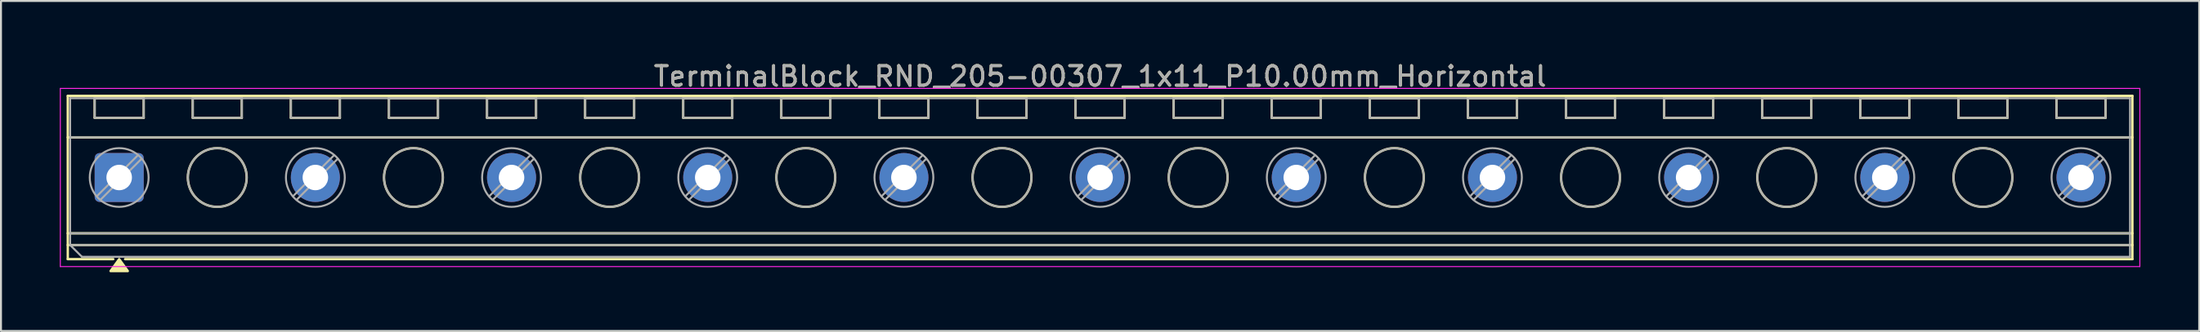
<source format=kicad_pcb>
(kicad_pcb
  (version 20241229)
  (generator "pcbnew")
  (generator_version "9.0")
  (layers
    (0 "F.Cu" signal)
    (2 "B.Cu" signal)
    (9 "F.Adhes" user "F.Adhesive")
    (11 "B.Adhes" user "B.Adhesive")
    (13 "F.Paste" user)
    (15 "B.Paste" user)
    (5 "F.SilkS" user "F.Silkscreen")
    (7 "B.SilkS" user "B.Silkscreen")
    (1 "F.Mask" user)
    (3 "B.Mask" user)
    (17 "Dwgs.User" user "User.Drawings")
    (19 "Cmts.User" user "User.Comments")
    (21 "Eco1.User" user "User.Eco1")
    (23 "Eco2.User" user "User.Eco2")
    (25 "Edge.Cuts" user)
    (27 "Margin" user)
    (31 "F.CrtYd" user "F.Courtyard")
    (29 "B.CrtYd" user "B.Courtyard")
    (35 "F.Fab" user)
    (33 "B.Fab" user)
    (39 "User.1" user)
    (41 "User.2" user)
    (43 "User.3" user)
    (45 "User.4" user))
  (footprint "TerminalBlock_RND_205-00307_1x11_P10.00mm_Horizontal"
    (layer "F.Cu")
    (at 3.025 6.018)
    (property "Reference" "TerminalBlock_RND_205-00307_1x11_P10.00mm_Horizontal" (at 50 -5.17 0) (layer "F.SilkS") (effects (font (size 1 1) (thickness 0.15))))
    (attr through_hole)
    (fp_line (start -2.62 -4.17) (end 102.62 -4.17) (stroke (width 0.12) (type solid)) (layer "F.SilkS"))
    (fp_line (start -2.62 -2.05) (end 102.62 -2.05) (stroke (width 0.12) (type solid)) (layer "F.SilkS"))
    (fp_line (start -2.62 2.85) (end 102.62 2.85) (stroke (width 0.12) (type solid)) (layer "F.SilkS"))
    (fp_line (start -2.62 3.45) (end 102.62 3.45) (stroke (width 0.12) (type solid)) (layer "F.SilkS"))
    (fp_line (start -2.62 4.17) (end -2.62 -4.17) (stroke (width 0.12) (type solid)) (layer "F.SilkS"))
    (fp_line (start -1.25 -4.05) (end 1.25 -4.05) (stroke (width 0.12) (type solid)) (layer "F.SilkS"))
    (fp_line (start -1.25 -3.05) (end -1.25 -4.05) (stroke (width 0.12) (type solid)) (layer "F.SilkS"))
    (fp_line (start -0.3 4.17) (end -2.62 4.17) (stroke (width 0.12) (type solid)) (layer "F.SilkS"))
    (fp_line (start 1.25 -4.05) (end 1.25 -3.05) (stroke (width 0.12) (type solid)) (layer "F.SilkS"))
    (fp_line (start 1.25 -3.05) (end -1.25 -3.05) (stroke (width 0.12) (type solid)) (layer "F.SilkS"))
    (fp_line (start 3.75 -4.05) (end 6.25 -4.05) (stroke (width 0.12) (type solid)) (layer "F.SilkS"))
    (fp_line (start 3.75 -3.05) (end 3.75 -4.05) (stroke (width 0.12) (type solid)) (layer "F.SilkS"))
    (fp_line (start 6.25 -4.05) (end 6.25 -3.05) (stroke (width 0.12) (type solid)) (layer "F.SilkS"))
    (fp_line (start 6.25 -3.05) (end 3.75 -3.05) (stroke (width 0.12) (type solid)) (layer "F.SilkS"))
    (fp_line (start 8.75 -4.05) (end 11.25 -4.05) (stroke (width 0.12) (type solid)) (layer "F.SilkS"))
    (fp_line (start 8.75 -3.05) (end 8.75 -4.05) (stroke (width 0.12) (type solid)) (layer "F.SilkS"))
    (fp_line (start 11.25 -4.05) (end 11.25 -3.05) (stroke (width 0.12) (type solid)) (layer "F.SilkS"))
    (fp_line (start 11.25 -3.05) (end 8.75 -3.05) (stroke (width 0.12) (type solid)) (layer "F.SilkS"))
    (fp_line (start 13.75 -4.05) (end 16.25 -4.05) (stroke (width 0.12) (type solid)) (layer "F.SilkS"))
    (fp_line (start 13.75 -3.05) (end 13.75 -4.05) (stroke (width 0.12) (type solid)) (layer "F.SilkS"))
    (fp_line (start 16.25 -4.05) (end 16.25 -3.05) (stroke (width 0.12) (type solid)) (layer "F.SilkS"))
    (fp_line (start 16.25 -3.05) (end 13.75 -3.05) (stroke (width 0.12) (type solid)) (layer "F.SilkS"))
    (fp_line (start 18.75 -4.05) (end 21.25 -4.05) (stroke (width 0.12) (type solid)) (layer "F.SilkS"))
    (fp_line (start 18.75 -3.05) (end 18.75 -4.05) (stroke (width 0.12) (type solid)) (layer "F.SilkS"))
    (fp_line (start 21.25 -4.05) (end 21.25 -3.05) (stroke (width 0.12) (type solid)) (layer "F.SilkS"))
    (fp_line (start 21.25 -3.05) (end 18.75 -3.05) (stroke (width 0.12) (type solid)) (layer "F.SilkS"))
    (fp_line (start 23.75 -4.05) (end 26.25 -4.05) (stroke (width 0.12) (type solid)) (layer "F.SilkS"))
    (fp_line (start 23.75 -3.05) (end 23.75 -4.05) (stroke (width 0.12) (type solid)) (layer "F.SilkS"))
    (fp_line (start 26.25 -4.05) (end 26.25 -3.05) (stroke (width 0.12) (type solid)) (layer "F.SilkS"))
    (fp_line (start 26.25 -3.05) (end 23.75 -3.05) (stroke (width 0.12) (type solid)) (layer "F.SilkS"))
    (fp_line (start 28.75 -4.05) (end 31.25 -4.05) (stroke (width 0.12) (type solid)) (layer "F.SilkS"))
    (fp_line (start 28.75 -3.05) (end 28.75 -4.05) (stroke (width 0.12) (type solid)) (layer "F.SilkS"))
    (fp_line (start 31.25 -4.05) (end 31.25 -3.05) (stroke (width 0.12) (type solid)) (layer "F.SilkS"))
    (fp_line (start 31.25 -3.05) (end 28.75 -3.05) (stroke (width 0.12) (type solid)) (layer "F.SilkS"))
    (fp_line (start 33.75 -4.05) (end 36.25 -4.05) (stroke (width 0.12) (type solid)) (layer "F.SilkS"))
    (fp_line (start 33.75 -3.05) (end 33.75 -4.05) (stroke (width 0.12) (type solid)) (layer "F.SilkS"))
    (fp_line (start 36.25 -4.05) (end 36.25 -3.05) (stroke (width 0.12) (type solid)) (layer "F.SilkS"))
    (fp_line (start 36.25 -3.05) (end 33.75 -3.05) (stroke (width 0.12) (type solid)) (layer "F.SilkS"))
    (fp_line (start 38.75 -4.05) (end 41.25 -4.05) (stroke (width 0.12) (type solid)) (layer "F.SilkS"))
    (fp_line (start 38.75 -3.05) (end 38.75 -4.05) (stroke (width 0.12) (type solid)) (layer "F.SilkS"))
    (fp_line (start 41.25 -4.05) (end 41.25 -3.05) (stroke (width 0.12) (type solid)) (layer "F.SilkS"))
    (fp_line (start 41.25 -3.05) (end 38.75 -3.05) (stroke (width 0.12) (type solid)) (layer "F.SilkS"))
    (fp_line (start 43.75 -4.05) (end 46.25 -4.05) (stroke (width 0.12) (type solid)) (layer "F.SilkS"))
    (fp_line (start 43.75 -3.05) (end 43.75 -4.05) (stroke (width 0.12) (type solid)) (layer "F.SilkS"))
    (fp_line (start 46.25 -4.05) (end 46.25 -3.05) (stroke (width 0.12) (type solid)) (layer "F.SilkS"))
    (fp_line (start 46.25 -3.05) (end 43.75 -3.05) (stroke (width 0.12) (type solid)) (layer "F.SilkS"))
    (fp_line (start 48.75 -4.05) (end 51.25 -4.05) (stroke (width 0.12) (type solid)) (layer "F.SilkS"))
    (fp_line (start 48.75 -3.05) (end 48.75 -4.05) (stroke (width 0.12) (type solid)) (layer "F.SilkS"))
    (fp_line (start 51.25 -4.05) (end 51.25 -3.05) (stroke (width 0.12) (type solid)) (layer "F.SilkS"))
    (fp_line (start 51.25 -3.05) (end 48.75 -3.05) (stroke (width 0.12) (type solid)) (layer "F.SilkS"))
    (fp_line (start 53.75 -4.05) (end 56.25 -4.05) (stroke (width 0.12) (type solid)) (layer "F.SilkS"))
    (fp_line (start 53.75 -3.05) (end 53.75 -4.05) (stroke (width 0.12) (type solid)) (layer "F.SilkS"))
    (fp_line (start 56.25 -4.05) (end 56.25 -3.05) (stroke (width 0.12) (type solid)) (layer "F.SilkS"))
    (fp_line (start 56.25 -3.05) (end 53.75 -3.05) (stroke (width 0.12) (type solid)) (layer "F.SilkS"))
    (fp_line (start 58.75 -4.05) (end 61.25 -4.05) (stroke (width 0.12) (type solid)) (layer "F.SilkS"))
    (fp_line (start 58.75 -3.05) (end 58.75 -4.05) (stroke (width 0.12) (type solid)) (layer "F.SilkS"))
    (fp_line (start 61.25 -4.05) (end 61.25 -3.05) (stroke (width 0.12) (type solid)) (layer "F.SilkS"))
    (fp_line (start 61.25 -3.05) (end 58.75 -3.05) (stroke (width 0.12) (type solid)) (layer "F.SilkS"))
    (fp_line (start 63.75 -4.05) (end 66.25 -4.05) (stroke (width 0.12) (type solid)) (layer "F.SilkS"))
    (fp_line (start 63.75 -3.05) (end 63.75 -4.05) (stroke (width 0.12) (type solid)) (layer "F.SilkS"))
    (fp_line (start 66.25 -4.05) (end 66.25 -3.05) (stroke (width 0.12) (type solid)) (layer "F.SilkS"))
    (fp_line (start 66.25 -3.05) (end 63.75 -3.05) (stroke (width 0.12) (type solid)) (layer "F.SilkS"))
    (fp_line (start 68.75 -4.05) (end 71.25 -4.05) (stroke (width 0.12) (type solid)) (layer "F.SilkS"))
    (fp_line (start 68.75 -3.05) (end 68.75 -4.05) (stroke (width 0.12) (type solid)) (layer "F.SilkS"))
    (fp_line (start 71.25 -4.05) (end 71.25 -3.05) (stroke (width 0.12) (type solid)) (layer "F.SilkS"))
    (fp_line (start 71.25 -3.05) (end 68.75 -3.05) (stroke (width 0.12) (type solid)) (layer "F.SilkS"))
    (fp_line (start 73.75 -4.05) (end 76.25 -4.05) (stroke (width 0.12) (type solid)) (layer "F.SilkS"))
    (fp_line (start 73.75 -3.05) (end 73.75 -4.05) (stroke (width 0.12) (type solid)) (layer "F.SilkS"))
    (fp_line (start 76.25 -4.05) (end 76.25 -3.05) (stroke (width 0.12) (type solid)) (layer "F.SilkS"))
    (fp_line (start 76.25 -3.05) (end 73.75 -3.05) (stroke (width 0.12) (type solid)) (layer "F.SilkS"))
    (fp_line (start 78.75 -4.05) (end 81.25 -4.05) (stroke (width 0.12) (type solid)) (layer "F.SilkS"))
    (fp_line (start 78.75 -3.05) (end 78.75 -4.05) (stroke (width 0.12) (type solid)) (layer "F.SilkS"))
    (fp_line (start 81.25 -4.05) (end 81.25 -3.05) (stroke (width 0.12) (type solid)) (layer "F.SilkS"))
    (fp_line (start 81.25 -3.05) (end 78.75 -3.05) (stroke (width 0.12) (type solid)) (layer "F.SilkS"))
    (fp_line (start 83.75 -4.05) (end 86.25 -4.05) (stroke (width 0.12) (type solid)) (layer "F.SilkS"))
    (fp_line (start 83.75 -3.05) (end 83.75 -4.05) (stroke (width 0.12) (type solid)) (layer "F.SilkS"))
    (fp_line (start 86.25 -4.05) (end 86.25 -3.05) (stroke (width 0.12) (type solid)) (layer "F.SilkS"))
    (fp_line (start 86.25 -3.05) (end 83.75 -3.05) (stroke (width 0.12) (type solid)) (layer "F.SilkS"))
    (fp_line (start 88.75 -4.05) (end 91.25 -4.05) (stroke (width 0.12) (type solid)) (layer "F.SilkS"))
    (fp_line (start 88.75 -3.05) (end 88.75 -4.05) (stroke (width 0.12) (type solid)) (layer "F.SilkS"))
    (fp_line (start 91.25 -4.05) (end 91.25 -3.05) (stroke (width 0.12) (type solid)) (layer "F.SilkS"))
    (fp_line (start 91.25 -3.05) (end 88.75 -3.05) (stroke (width 0.12) (type solid)) (layer "F.SilkS"))
    (fp_line (start 93.75 -4.05) (end 96.25 -4.05) (stroke (width 0.12) (type solid)) (layer "F.SilkS"))
    (fp_line (start 93.75 -3.05) (end 93.75 -4.05) (stroke (width 0.12) (type solid)) (layer "F.SilkS"))
    (fp_line (start 96.25 -4.05) (end 96.25 -3.05) (stroke (width 0.12) (type solid)) (layer "F.SilkS"))
    (fp_line (start 96.25 -3.05) (end 93.75 -3.05) (stroke (width 0.12) (type solid)) (layer "F.SilkS"))
    (fp_line (start 98.75 -4.05) (end 101.25 -4.05) (stroke (width 0.12) (type solid)) (layer "F.SilkS"))
    (fp_line (start 98.75 -3.05) (end 98.75 -4.05) (stroke (width 0.12) (type solid)) (layer "F.SilkS"))
    (fp_line (start 101.25 -4.05) (end 101.25 -3.05) (stroke (width 0.12) (type solid)) (layer "F.SilkS"))
    (fp_line (start 101.25 -3.05) (end 98.75 -3.05) (stroke (width 0.12) (type solid)) (layer "F.SilkS"))
    (fp_line (start 102.62 -4.17) (end 102.62 4.17) (stroke (width 0.12) (type solid)) (layer "F.SilkS"))
    (fp_line (start 102.62 4.17) (end 0.3 4.17) (stroke (width 0.12) (type solid)) (layer "F.SilkS"))
    (fp_circle (center 5 0) (end 6.5 0) (stroke (width 0.12) (type solid)) (fill no) (layer "F.SilkS"))
    (fp_circle (center 15 0) (end 16.5 0) (stroke (width 0.12) (type solid)) (fill no) (layer "F.SilkS"))
    (fp_circle (center 25 0) (end 26.5 0) (stroke (width 0.12) (type solid)) (fill no) (layer "F.SilkS"))
    (fp_circle (center 35 0) (end 36.5 0) (stroke (width 0.12) (type solid)) (fill no) (layer "F.SilkS"))
    (fp_circle (center 45 0) (end 46.5 0) (stroke (width 0.12) (type solid)) (fill no) (layer "F.SilkS"))
    (fp_circle (center 55 0) (end 56.5 0) (stroke (width 0.12) (type solid)) (fill no) (layer "F.SilkS"))
    (fp_circle (center 65 0) (end 66.5 0) (stroke (width 0.12) (type solid)) (fill no) (layer "F.SilkS"))
    (fp_circle (center 75 0) (end 76.5 0) (stroke (width 0.12) (type solid)) (fill no) (layer "F.SilkS"))
    (fp_circle (center 85 0) (end 86.5 0) (stroke (width 0.12) (type solid)) (fill no) (layer "F.SilkS"))
    (fp_circle (center 95 0) (end 96.5 0) (stroke (width 0.12) (type solid)) (fill no) (layer "F.SilkS"))
    (fp_poly (pts (xy 0 4.17) (xy 0.44 4.78) (xy -0.44 4.78)) (stroke (width 0.12) (type solid)) (fill yes) (layer "F.SilkS"))
    (fp_line (start -3 -4.55) (end -3 4.55) (stroke (width 0.05) (type solid)) (layer "F.CrtYd"))
    (fp_line (start -3 4.55) (end 103 4.55) (stroke (width 0.05) (type solid)) (layer "F.CrtYd"))
    (fp_line (start 103 -4.55) (end -3 -4.55) (stroke (width 0.05) (type solid)) (layer "F.CrtYd"))
    (fp_line (start 103 4.55) (end 103 -4.55) (stroke (width 0.05) (type solid)) (layer "F.CrtYd"))
    (fp_line (start -2.5 -4.05) (end 102.5 -4.05) (stroke (width 0.1) (type solid)) (layer "F.Fab"))
    (fp_line (start -2.5 -2.05) (end 102.5 -2.05) (stroke (width 0.1) (type solid)) (layer "F.Fab"))
    (fp_line (start -2.5 2.85) (end 102.5 2.85) (stroke (width 0.1) (type solid)) (layer "F.Fab"))
    (fp_line (start -2.5 3.45) (end -2.5 -4.05) (stroke (width 0.1) (type solid)) (layer "F.Fab"))
    (fp_line (start -2.5 3.45) (end 102.5 3.45) (stroke (width 0.1) (type solid)) (layer "F.Fab"))
    (fp_line (start -1.9 4.05) (end -2.5 3.45) (stroke (width 0.1) (type solid)) (layer "F.Fab"))
    (fp_line (start -1.25 -4.05) (end -1.25 -3.05) (stroke (width 0.1) (type solid)) (layer "F.Fab"))
    (fp_line (start -1.25 -3.05) (end 1.25 -3.05) (stroke (width 0.1) (type solid)) (layer "F.Fab"))
    (fp_line (start 0.955 -1.138) (end -1.138 0.955) (stroke (width 0.1) (type solid)) (layer "F.Fab"))
    (fp_line (start 1.138 -0.955) (end -0.955 1.138) (stroke (width 0.1) (type solid)) (layer "F.Fab"))
    (fp_line (start 1.25 -4.05) (end -1.25 -4.05) (stroke (width 0.1) (type solid)) (layer "F.Fab"))
    (fp_line (start 1.25 -3.05) (end 1.25 -4.05) (stroke (width 0.1) (type solid)) (layer "F.Fab"))
    (fp_line (start 3.75 -4.05) (end 3.75 -3.05) (stroke (width 0.1) (type solid)) (layer "F.Fab"))
    (fp_line (start 3.75 -3.05) (end 6.25 -3.05) (stroke (width 0.1) (type solid)) (layer "F.Fab"))
    (fp_line (start 6.25 -4.05) (end 3.75 -4.05) (stroke (width 0.1) (type solid)) (layer "F.Fab"))
    (fp_line (start 6.25 -3.05) (end 6.25 -4.05) (stroke (width 0.1) (type solid)) (layer "F.Fab"))
    (fp_line (start 8.75 -4.05) (end 8.75 -3.05) (stroke (width 0.1) (type solid)) (layer "F.Fab"))
    (fp_line (start 8.75 -3.05) (end 11.25 -3.05) (stroke (width 0.1) (type solid)) (layer "F.Fab"))
    (fp_line (start 10.955 -1.138) (end 8.862 0.955) (stroke (width 0.1) (type solid)) (layer "F.Fab"))
    (fp_line (start 11.138 -0.955) (end 9.045 1.138) (stroke (width 0.1) (type solid)) (layer "F.Fab"))
    (fp_line (start 11.25 -4.05) (end 8.75 -4.05) (stroke (width 0.1) (type solid)) (layer "F.Fab"))
    (fp_line (start 11.25 -3.05) (end 11.25 -4.05) (stroke (width 0.1) (type solid)) (layer "F.Fab"))
    (fp_line (start 13.75 -4.05) (end 13.75 -3.05) (stroke (width 0.1) (type solid)) (layer "F.Fab"))
    (fp_line (start 13.75 -3.05) (end 16.25 -3.05) (stroke (width 0.1) (type solid)) (layer "F.Fab"))
    (fp_line (start 16.25 -4.05) (end 13.75 -4.05) (stroke (width 0.1) (type solid)) (layer "F.Fab"))
    (fp_line (start 16.25 -3.05) (end 16.25 -4.05) (stroke (width 0.1) (type solid)) (layer "F.Fab"))
    (fp_line (start 18.75 -4.05) (end 18.75 -3.05) (stroke (width 0.1) (type solid)) (layer "F.Fab"))
    (fp_line (start 18.75 -3.05) (end 21.25 -3.05) (stroke (width 0.1) (type solid)) (layer "F.Fab"))
    (fp_line (start 20.955 -1.138) (end 18.862 0.955) (stroke (width 0.1) (type solid)) (layer "F.Fab"))
    (fp_line (start 21.138 -0.955) (end 19.045 1.138) (stroke (width 0.1) (type solid)) (layer "F.Fab"))
    (fp_line (start 21.25 -4.05) (end 18.75 -4.05) (stroke (width 0.1) (type solid)) (layer "F.Fab"))
    (fp_line (start 21.25 -3.05) (end 21.25 -4.05) (stroke (width 0.1) (type solid)) (layer "F.Fab"))
    (fp_line (start 23.75 -4.05) (end 23.75 -3.05) (stroke (width 0.1) (type solid)) (layer "F.Fab"))
    (fp_line (start 23.75 -3.05) (end 26.25 -3.05) (stroke (width 0.1) (type solid)) (layer "F.Fab"))
    (fp_line (start 26.25 -4.05) (end 23.75 -4.05) (stroke (width 0.1) (type solid)) (layer "F.Fab"))
    (fp_line (start 26.25 -3.05) (end 26.25 -4.05) (stroke (width 0.1) (type solid)) (layer "F.Fab"))
    (fp_line (start 28.75 -4.05) (end 28.75 -3.05) (stroke (width 0.1) (type solid)) (layer "F.Fab"))
    (fp_line (start 28.75 -3.05) (end 31.25 -3.05) (stroke (width 0.1) (type solid)) (layer "F.Fab"))
    (fp_line (start 30.955 -1.138) (end 28.862 0.955) (stroke (width 0.1) (type solid)) (layer "F.Fab"))
    (fp_line (start 31.138 -0.955) (end 29.045 1.138) (stroke (width 0.1) (type solid)) (layer "F.Fab"))
    (fp_line (start 31.25 -4.05) (end 28.75 -4.05) (stroke (width 0.1) (type solid)) (layer "F.Fab"))
    (fp_line (start 31.25 -3.05) (end 31.25 -4.05) (stroke (width 0.1) (type solid)) (layer "F.Fab"))
    (fp_line (start 33.75 -4.05) (end 33.75 -3.05) (stroke (width 0.1) (type solid)) (layer "F.Fab"))
    (fp_line (start 33.75 -3.05) (end 36.25 -3.05) (stroke (width 0.1) (type solid)) (layer "F.Fab"))
    (fp_line (start 36.25 -4.05) (end 33.75 -4.05) (stroke (width 0.1) (type solid)) (layer "F.Fab"))
    (fp_line (start 36.25 -3.05) (end 36.25 -4.05) (stroke (width 0.1) (type solid)) (layer "F.Fab"))
    (fp_line (start 38.75 -4.05) (end 38.75 -3.05) (stroke (width 0.1) (type solid)) (layer "F.Fab"))
    (fp_line (start 38.75 -3.05) (end 41.25 -3.05) (stroke (width 0.1) (type solid)) (layer "F.Fab"))
    (fp_line (start 40.955 -1.138) (end 38.862 0.955) (stroke (width 0.1) (type solid)) (layer "F.Fab"))
    (fp_line (start 41.138 -0.955) (end 39.045 1.138) (stroke (width 0.1) (type solid)) (layer "F.Fab"))
    (fp_line (start 41.25 -4.05) (end 38.75 -4.05) (stroke (width 0.1) (type solid)) (layer "F.Fab"))
    (fp_line (start 41.25 -3.05) (end 41.25 -4.05) (stroke (width 0.1) (type solid)) (layer "F.Fab"))
    (fp_line (start 43.75 -4.05) (end 43.75 -3.05) (stroke (width 0.1) (type solid)) (layer "F.Fab"))
    (fp_line (start 43.75 -3.05) (end 46.25 -3.05) (stroke (width 0.1) (type solid)) (layer "F.Fab"))
    (fp_line (start 46.25 -4.05) (end 43.75 -4.05) (stroke (width 0.1) (type solid)) (layer "F.Fab"))
    (fp_line (start 46.25 -3.05) (end 46.25 -4.05) (stroke (width 0.1) (type solid)) (layer "F.Fab"))
    (fp_line (start 48.75 -4.05) (end 48.75 -3.05) (stroke (width 0.1) (type solid)) (layer "F.Fab"))
    (fp_line (start 48.75 -3.05) (end 51.25 -3.05) (stroke (width 0.1) (type solid)) (layer "F.Fab"))
    (fp_line (start 50.955 -1.138) (end 48.862 0.955) (stroke (width 0.1) (type solid)) (layer "F.Fab"))
    (fp_line (start 51.138 -0.955) (end 49.045 1.138) (stroke (width 0.1) (type solid)) (layer "F.Fab"))
    (fp_line (start 51.25 -4.05) (end 48.75 -4.05) (stroke (width 0.1) (type solid)) (layer "F.Fab"))
    (fp_line (start 51.25 -3.05) (end 51.25 -4.05) (stroke (width 0.1) (type solid)) (layer "F.Fab"))
    (fp_line (start 53.75 -4.05) (end 53.75 -3.05) (stroke (width 0.1) (type solid)) (layer "F.Fab"))
    (fp_line (start 53.75 -3.05) (end 56.25 -3.05) (stroke (width 0.1) (type solid)) (layer "F.Fab"))
    (fp_line (start 56.25 -4.05) (end 53.75 -4.05) (stroke (width 0.1) (type solid)) (layer "F.Fab"))
    (fp_line (start 56.25 -3.05) (end 56.25 -4.05) (stroke (width 0.1) (type solid)) (layer "F.Fab"))
    (fp_line (start 58.75 -4.05) (end 58.75 -3.05) (stroke (width 0.1) (type solid)) (layer "F.Fab"))
    (fp_line (start 58.75 -3.05) (end 61.25 -3.05) (stroke (width 0.1) (type solid)) (layer "F.Fab"))
    (fp_line (start 60.955 -1.138) (end 58.862 0.955) (stroke (width 0.1) (type solid)) (layer "F.Fab"))
    (fp_line (start 61.138 -0.955) (end 59.045 1.138) (stroke (width 0.1) (type solid)) (layer "F.Fab"))
    (fp_line (start 61.25 -4.05) (end 58.75 -4.05) (stroke (width 0.1) (type solid)) (layer "F.Fab"))
    (fp_line (start 61.25 -3.05) (end 61.25 -4.05) (stroke (width 0.1) (type solid)) (layer "F.Fab"))
    (fp_line (start 63.75 -4.05) (end 63.75 -3.05) (stroke (width 0.1) (type solid)) (layer "F.Fab"))
    (fp_line (start 63.75 -3.05) (end 66.25 -3.05) (stroke (width 0.1) (type solid)) (layer "F.Fab"))
    (fp_line (start 66.25 -4.05) (end 63.75 -4.05) (stroke (width 0.1) (type solid)) (layer "F.Fab"))
    (fp_line (start 66.25 -3.05) (end 66.25 -4.05) (stroke (width 0.1) (type solid)) (layer "F.Fab"))
    (fp_line (start 68.75 -4.05) (end 68.75 -3.05) (stroke (width 0.1) (type solid)) (layer "F.Fab"))
    (fp_line (start 68.75 -3.05) (end 71.25 -3.05) (stroke (width 0.1) (type solid)) (layer "F.Fab"))
    (fp_line (start 70.955 -1.138) (end 68.862 0.955) (stroke (width 0.1) (type solid)) (layer "F.Fab"))
    (fp_line (start 71.138 -0.955) (end 69.045 1.138) (stroke (width 0.1) (type solid)) (layer "F.Fab"))
    (fp_line (start 71.25 -4.05) (end 68.75 -4.05) (stroke (width 0.1) (type solid)) (layer "F.Fab"))
    (fp_line (start 71.25 -3.05) (end 71.25 -4.05) (stroke (width 0.1) (type solid)) (layer "F.Fab"))
    (fp_line (start 73.75 -4.05) (end 73.75 -3.05) (stroke (width 0.1) (type solid)) (layer "F.Fab"))
    (fp_line (start 73.75 -3.05) (end 76.25 -3.05) (stroke (width 0.1) (type solid)) (layer "F.Fab"))
    (fp_line (start 76.25 -4.05) (end 73.75 -4.05) (stroke (width 0.1) (type solid)) (layer "F.Fab"))
    (fp_line (start 76.25 -3.05) (end 76.25 -4.05) (stroke (width 0.1) (type solid)) (layer "F.Fab"))
    (fp_line (start 78.75 -4.05) (end 78.75 -3.05) (stroke (width 0.1) (type solid)) (layer "F.Fab"))
    (fp_line (start 78.75 -3.05) (end 81.25 -3.05) (stroke (width 0.1) (type solid)) (layer "F.Fab"))
    (fp_line (start 80.955 -1.138) (end 78.862 0.955) (stroke (width 0.1) (type solid)) (layer "F.Fab"))
    (fp_line (start 81.138 -0.955) (end 79.045 1.138) (stroke (width 0.1) (type solid)) (layer "F.Fab"))
    (fp_line (start 81.25 -4.05) (end 78.75 -4.05) (stroke (width 0.1) (type solid)) (layer "F.Fab"))
    (fp_line (start 81.25 -3.05) (end 81.25 -4.05) (stroke (width 0.1) (type solid)) (layer "F.Fab"))
    (fp_line (start 83.75 -4.05) (end 83.75 -3.05) (stroke (width 0.1) (type solid)) (layer "F.Fab"))
    (fp_line (start 83.75 -3.05) (end 86.25 -3.05) (stroke (width 0.1) (type solid)) (layer "F.Fab"))
    (fp_line (start 86.25 -4.05) (end 83.75 -4.05) (stroke (width 0.1) (type solid)) (layer "F.Fab"))
    (fp_line (start 86.25 -3.05) (end 86.25 -4.05) (stroke (width 0.1) (type solid)) (layer "F.Fab"))
    (fp_line (start 88.75 -4.05) (end 88.75 -3.05) (stroke (width 0.1) (type solid)) (layer "F.Fab"))
    (fp_line (start 88.75 -3.05) (end 91.25 -3.05) (stroke (width 0.1) (type solid)) (layer "F.Fab"))
    (fp_line (start 90.955 -1.138) (end 88.862 0.955) (stroke (width 0.1) (type solid)) (layer "F.Fab"))
    (fp_line (start 91.138 -0.955) (end 89.045 1.138) (stroke (width 0.1) (type solid)) (layer "F.Fab"))
    (fp_line (start 91.25 -4.05) (end 88.75 -4.05) (stroke (width 0.1) (type solid)) (layer "F.Fab"))
    (fp_line (start 91.25 -3.05) (end 91.25 -4.05) (stroke (width 0.1) (type solid)) (layer "F.Fab"))
    (fp_line (start 93.75 -4.05) (end 93.75 -3.05) (stroke (width 0.1) (type solid)) (layer "F.Fab"))
    (fp_line (start 93.75 -3.05) (end 96.25 -3.05) (stroke (width 0.1) (type solid)) (layer "F.Fab"))
    (fp_line (start 96.25 -4.05) (end 93.75 -4.05) (stroke (width 0.1) (type solid)) (layer "F.Fab"))
    (fp_line (start 96.25 -3.05) (end 96.25 -4.05) (stroke (width 0.1) (type solid)) (layer "F.Fab"))
    (fp_line (start 98.75 -4.05) (end 98.75 -3.05) (stroke (width 0.1) (type solid)) (layer "F.Fab"))
    (fp_line (start 98.75 -3.05) (end 101.25 -3.05) (stroke (width 0.1) (type solid)) (layer "F.Fab"))
    (fp_line (start 100.955 -1.138) (end 98.862 0.955) (stroke (width 0.1) (type solid)) (layer "F.Fab"))
    (fp_line (start 101.138 -0.955) (end 99.045 1.138) (stroke (width 0.1) (type solid)) (layer "F.Fab"))
    (fp_line (start 101.25 -4.05) (end 98.75 -4.05) (stroke (width 0.1) (type solid)) (layer "F.Fab"))
    (fp_line (start 101.25 -3.05) (end 101.25 -4.05) (stroke (width 0.1) (type solid)) (layer "F.Fab"))
    (fp_line (start 102.5 -4.05) (end 102.5 4.05) (stroke (width 0.1) (type solid)) (layer "F.Fab"))
    (fp_line (start 102.5 4.05) (end -1.9 4.05) (stroke (width 0.1) (type solid)) (layer "F.Fab"))
    (fp_circle (center 0 0) (end 1.5 0) (stroke (width 0.1) (type solid)) (fill no) (layer "F.Fab"))
    (fp_circle (center 5 0) (end 6.5 0) (stroke (width 0.1) (type solid)) (fill no) (layer "F.Fab"))
    (fp_circle (center 10 0) (end 11.5 0) (stroke (width 0.1) (type solid)) (fill no) (layer "F.Fab"))
    (fp_circle (center 15 0) (end 16.5 0) (stroke (width 0.1) (type solid)) (fill no) (layer "F.Fab"))
    (fp_circle (center 20 0) (end 21.5 0) (stroke (width 0.1) (type solid)) (fill no) (layer "F.Fab"))
    (fp_circle (center 25 0) (end 26.5 0) (stroke (width 0.1) (type solid)) (fill no) (layer "F.Fab"))
    (fp_circle (center 30 0) (end 31.5 0) (stroke (width 0.1) (type solid)) (fill no) (layer "F.Fab"))
    (fp_circle (center 35 0) (end 36.5 0) (stroke (width 0.1) (type solid)) (fill no) (layer "F.Fab"))
    (fp_circle (center 40 0) (end 41.5 0) (stroke (width 0.1) (type solid)) (fill no) (layer "F.Fab"))
    (fp_circle (center 45 0) (end 46.5 0) (stroke (width 0.1) (type solid)) (fill no) (layer "F.Fab"))
    (fp_circle (center 50 0) (end 51.5 0) (stroke (width 0.1) (type solid)) (fill no) (layer "F.Fab"))
    (fp_circle (center 55 0) (end 56.5 0) (stroke (width 0.1) (type solid)) (fill no) (layer "F.Fab"))
    (fp_circle (center 60 0) (end 61.5 0) (stroke (width 0.1) (type solid)) (fill no) (layer "F.Fab"))
    (fp_circle (center 65 0) (end 66.5 0) (stroke (width 0.1) (type solid)) (fill no) (layer "F.Fab"))
    (fp_circle (center 70 0) (end 71.5 0) (stroke (width 0.1) (type solid)) (fill no) (layer "F.Fab"))
    (fp_circle (center 75 0) (end 76.5 0) (stroke (width 0.1) (type solid)) (fill no) (layer "F.Fab"))
    (fp_circle (center 80 0) (end 81.5 0) (stroke (width 0.1) (type solid)) (fill no) (layer "F.Fab"))
    (fp_circle (center 85 0) (end 86.5 0) (stroke (width 0.1) (type solid)) (fill no) (layer "F.Fab"))
    (fp_circle (center 90 0) (end 91.5 0) (stroke (width 0.1) (type solid)) (fill no) (layer "F.Fab"))
    (fp_circle (center 95 0) (end 96.5 0) (stroke (width 0.1) (type solid)) (fill no) (layer "F.Fab"))
    (fp_circle (center 100 0) (end 101.5 0) (stroke (width 0.1) (type solid)) (fill no) (layer "F.Fab"))
    (fp_text user "${REFERENCE}" (at 50 -5.17 0) (layer "F.Fab") (effects (font (size 1 1) (thickness 0.15))))
    (pad "1" thru_hole roundrect (at 0 0) (size 2.5 2.5) (drill 1.3) (layers "*.Cu" "*.Mask") (roundrect_rratio 0.1))
    (pad "2" thru_hole circle (at 10 0) (size 2.5 2.5) (drill 1.3) (layers "*.Cu" "*.Mask"))
    (pad "3" thru_hole circle (at 20 0) (size 2.5 2.5) (drill 1.3) (layers "*.Cu" "*.Mask"))
    (pad "4" thru_hole circle (at 30 0) (size 2.5 2.5) (drill 1.3) (layers "*.Cu" "*.Mask"))
    (pad "5" thru_hole circle (at 40 0) (size 2.5 2.5) (drill 1.3) (layers "*.Cu" "*.Mask"))
    (pad "6" thru_hole circle (at 50 0) (size 2.5 2.5) (drill 1.3) (layers "*.Cu" "*.Mask"))
    (pad "7" thru_hole circle (at 60 0) (size 2.5 2.5) (drill 1.3) (layers "*.Cu" "*.Mask"))
    (pad "8" thru_hole circle (at 70 0) (size 2.5 2.5) (drill 1.3) (layers "*.Cu" "*.Mask"))
    (pad "9" thru_hole circle (at 80 0) (size 2.5 2.5) (drill 1.3) (layers "*.Cu" "*.Mask"))
    (pad "10" thru_hole circle (at 90 0) (size 2.5 2.5) (drill 1.3) (layers "*.Cu" "*.Mask"))
    (pad "11" thru_hole circle (at 100 0) (size 2.5 2.5) (drill 1.3) (layers "*.Cu" "*.Mask")))
  (gr_rect
    (start -3 -3)
    (end 109.05 13.858)
    (stroke (width 0.1) (type default))
    (fill no)
    (layer "Edge.Cuts")))
</source>
